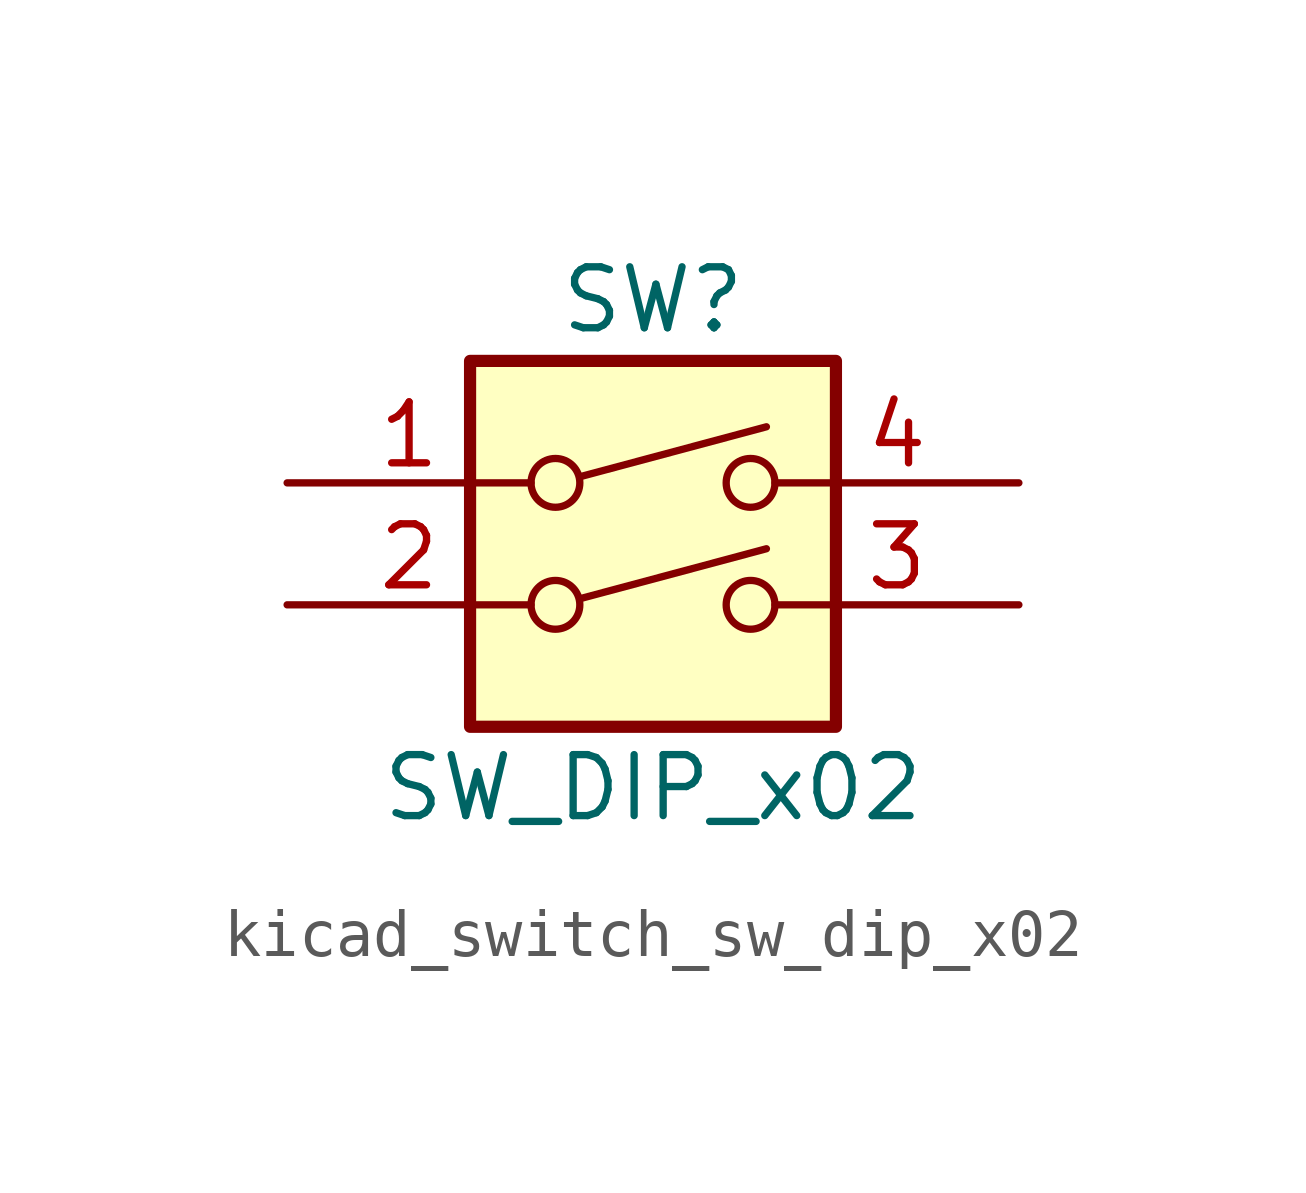
<source format=kicad_sym>
(kicad_symbol_lib
  (version 20220914)
  (generator kicad_symbol_editor)
  (symbol "kicad_switch_sw_dip_x02"
    (pin_names
      (offset 0) hide)
    (property "Reference" "SW"
      (at 0 6.35 0)
      (effects (font (size 1.27 1.27))))
    (property "Value" "SW_DIP_x02"
      (at 0 -3.81 0)
      (effects (font (size 1.27 1.27))))
    (symbol "kicad_switch_sw_dip_x02_0_0"
      (circle (center -2.032 0) (radius 0.508) (stroke (width 0) (type default)) (fill (type none)))
      (circle (center -2.032 2.54) (radius 0.508) (stroke (width 0) (type default)) (fill (type none)))
      (polyline (pts (xy -1.524 0.127) (xy 2.362 1.168)) (stroke (width 0) (type default)) (fill (type none)))
      (polyline (pts (xy -1.524 2.667) (xy 2.362 3.708)) (stroke (width 0) (type default)) (fill (type none)))
      (circle (center 2.032 0) (radius 0.508) (stroke (width 0) (type default)) (fill (type none)))
      (circle (center 2.032 2.54) (radius 0.508) (stroke (width 0) (type default)) (fill (type none))))
    (symbol "kicad_switch_sw_dip_x02_0_1"
      (rectangle (start -3.81 5.08) (end 3.81 -2.54) (stroke (width 0.254) (type default)) (fill (type background))))
    (symbol "kicad_switch_sw_dip_x02_1_1"
      (pin passive line (at -7.62 2.54 0) (length 5.08) (name "~" (effects (font (size 1.27 1.27)))) (number "1" (effects (font (size 1.27 1.27)))))
      (pin passive line (at -7.62 0 0) (length 5.08) (name "~" (effects (font (size 1.27 1.27)))) (number "2" (effects (font (size 1.27 1.27)))))
      (pin passive line (at 7.62 0 180) (length 5.08) (name "~" (effects (font (size 1.27 1.27)))) (number "3" (effects (font (size 1.27 1.27)))))
      (pin passive line (at 7.62 2.54 180) (length 5.08) (name "~" (effects (font (size 1.27 1.27)))) (number "4" (effects (font (size 1.27 1.27))))))))
</source>
